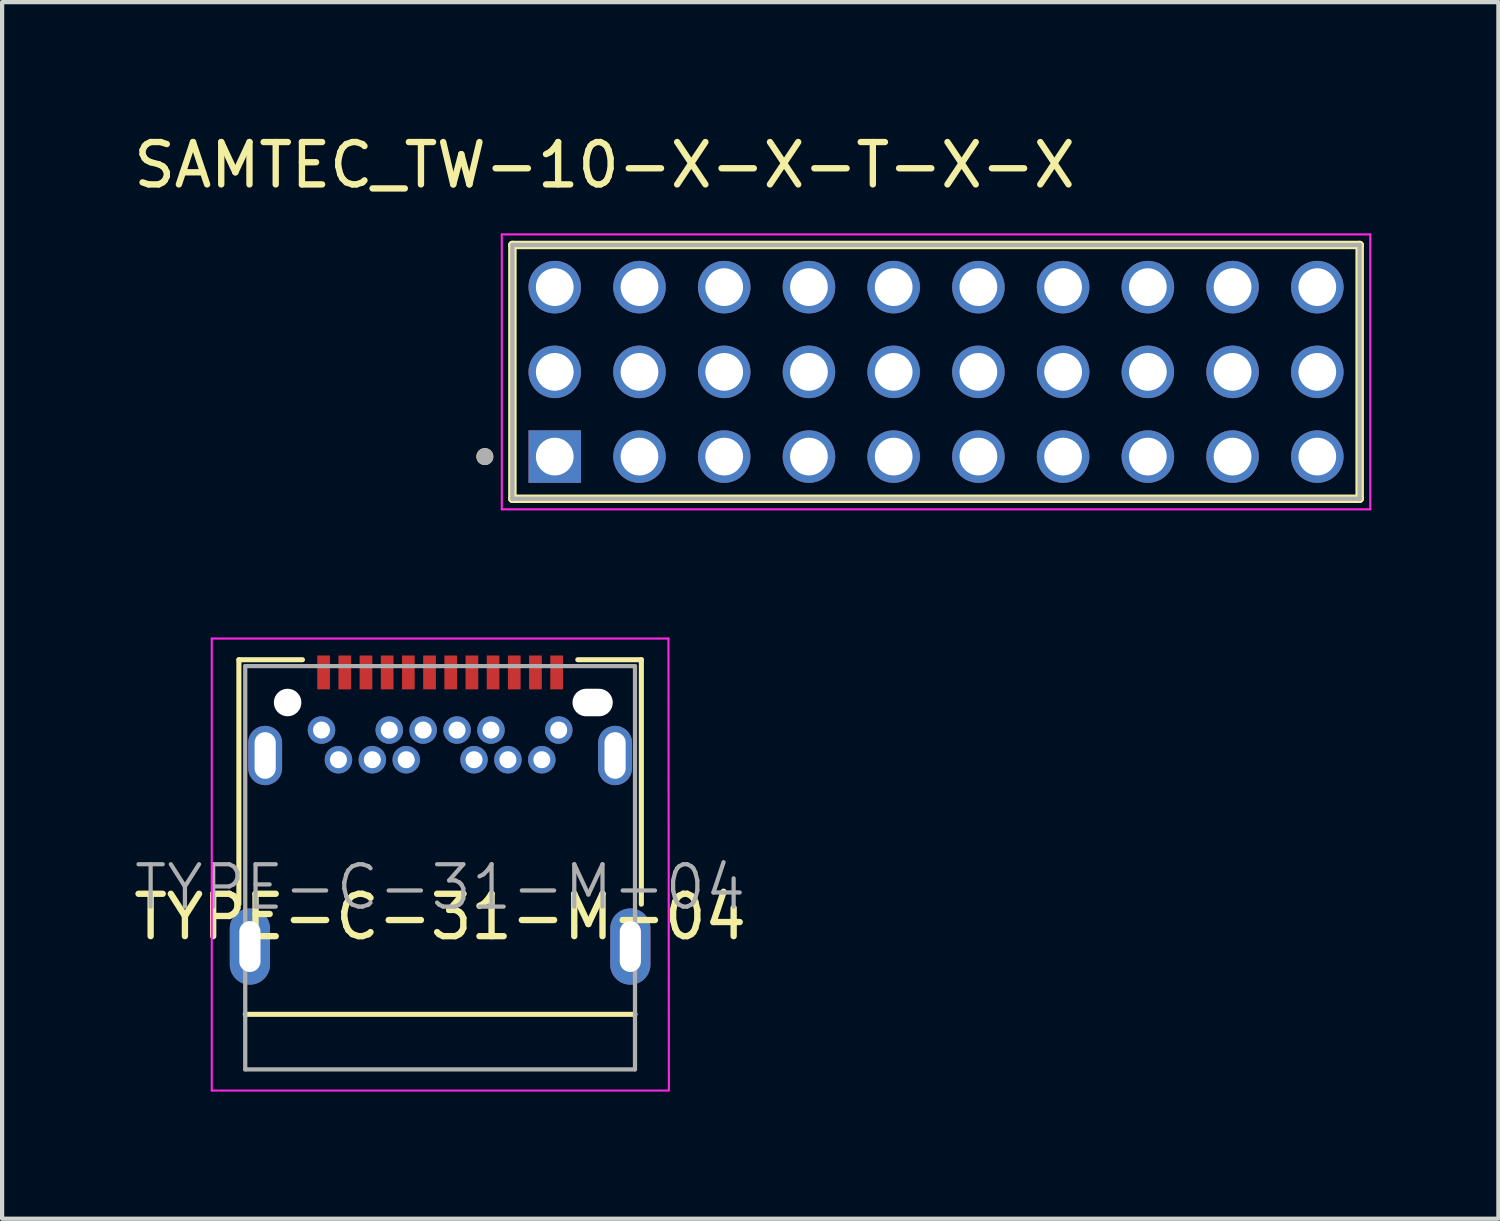
<source format=kicad_pcb>
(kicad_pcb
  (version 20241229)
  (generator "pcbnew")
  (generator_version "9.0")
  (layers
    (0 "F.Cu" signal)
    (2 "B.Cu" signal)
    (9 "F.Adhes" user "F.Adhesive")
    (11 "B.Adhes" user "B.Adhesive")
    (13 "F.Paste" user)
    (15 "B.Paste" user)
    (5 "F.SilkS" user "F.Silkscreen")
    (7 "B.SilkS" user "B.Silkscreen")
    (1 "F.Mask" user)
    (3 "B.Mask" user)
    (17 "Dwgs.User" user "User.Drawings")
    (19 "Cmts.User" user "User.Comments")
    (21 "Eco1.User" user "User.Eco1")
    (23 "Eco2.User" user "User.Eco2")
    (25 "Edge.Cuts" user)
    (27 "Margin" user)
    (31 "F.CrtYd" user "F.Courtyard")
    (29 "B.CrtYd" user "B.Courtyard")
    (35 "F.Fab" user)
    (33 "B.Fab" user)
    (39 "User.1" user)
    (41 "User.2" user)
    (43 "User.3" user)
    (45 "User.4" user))
  (footprint "TYPE-C-31-M-04"
    (layer "F.Cu")
    (at 7.339 17.893)
    (property "Reference" "TYPE-C-31-M-04" (at 0 0.7 180) (layer "F.SilkS") (effects (font (size 1 1) (thickness 0.15))))
    (attr smd)
    (fp_line (start -4.75 -5.37) (end -4.75 0.4) (stroke (width 0.12) (type solid)) (layer "F.SilkS"))
    (fp_line (start -4.75 -5.37) (end -3.25 -5.37) (stroke (width 0.12) (type solid)) (layer "F.SilkS"))
    (fp_line (start -4.6 3) (end 4.6 3) (stroke (width 0.12) (type solid)) (layer "F.SilkS"))
    (fp_line (start 3.25 -5.37) (end 4.75 -5.37) (stroke (width 0.12) (type solid)) (layer "F.SilkS"))
    (fp_line (start 4.75 -5.37) (end 4.75 0.4) (stroke (width 0.12) (type solid)) (layer "F.SilkS"))
    (fp_line (start -5.39 -5.87) (end 5.39 -5.87) (stroke (width 0.05) (type solid)) (layer "F.CrtYd"))
    (fp_line (start -5.39 4.8) (end -5.39 -5.87) (stroke (width 0.05) (type solid)) (layer "F.CrtYd"))
    (fp_line (start 5.39 -5.87) (end 5.4 4.8) (stroke (width 0.05) (type solid)) (layer "F.CrtYd"))
    (fp_line (start 5.39 4.8) (end -5.39 4.8) (stroke (width 0.05) (type solid)) (layer "F.CrtYd"))
    (fp_line (start -4.6 -5.22) (end 4.6 -5.22) (stroke (width 0.1) (type solid)) (layer "F.Fab"))
    (fp_line (start -4.6 4.3) (end -4.6 -5.22) (stroke (width 0.1) (type solid)) (layer "F.Fab"))
    (fp_line (start -4.6 4.3) (end 4.6 4.3) (stroke (width 0.1) (type solid)) (layer "F.Fab"))
    (fp_line (start 4.6 4.3) (end 4.6 -5.22) (stroke (width 0.1) (type solid)) (layer "F.Fab"))
    (fp_text user "${REFERENCE}" (at 0 0 180) (layer "F.Fab") (effects (font (size 1 1) (thickness 0.1))))
    (pad "" np_thru_hole circle (at -3.6 -4.36) (size 0.65 0.65) (drill 0.65) (layers "*.Cu" "*.Mask"))
    (pad "" np_thru_hole oval (at 3.6 -4.36) (size 0.95 0.65) (drill oval 0.95 0.65) (layers "*.Cu" "*.Mask"))
    (pad "31" thru_hole oval (at 4.49 1.4) (size 0.95 1.8) (drill oval 0.5 1.2) (layers "*.Cu" "*.Mask"))
    (pad "32" thru_hole oval (at 4.13 -3.11) (size 0.8 1.4) (drill oval 0.5 1.1) (layers "*.Cu" "*.Mask"))
    (pad "33" thru_hole oval (at -4.13 -3.11) (size 0.8 1.4) (drill oval 0.5 1.1) (layers "*.Cu" "*.Mask"))
    (pad "34" thru_hole oval (at -4.49 1.4) (size 0.95 1.8) (drill oval 0.5 1.2) (layers "*.Cu" "*.Mask"))
    (pad "A1" smd rect (at -2.75 -5.07) (size 0.3 0.8) (layers "F.Cu" "F.Mask" "F.Paste"))
    (pad "A2" smd rect (at -2.25 -5.07) (size 0.3 0.8) (layers "F.Cu" "F.Mask" "F.Paste"))
    (pad "A3" smd rect (at -1.75 -5.07) (size 0.3 0.8) (layers "F.Cu" "F.Mask" "F.Paste"))
    (pad "A4" smd rect (at -1.25 -5.07) (size 0.3 0.8) (layers "F.Cu" "F.Mask" "F.Paste"))
    (pad "A5" smd rect (at -0.75 -5.07) (size 0.3 0.8) (layers "F.Cu" "F.Mask" "F.Paste"))
    (pad "A6" smd rect (at -0.25 -5.07) (size 0.3 0.8) (layers "F.Cu" "F.Mask" "F.Paste"))
    (pad "A7" smd rect (at 0.25 -5.07) (size 0.3 0.8) (layers "F.Cu" "F.Mask" "F.Paste"))
    (pad "A8" smd rect (at 0.75 -5.07) (size 0.3 0.8) (layers "F.Cu" "F.Mask" "F.Paste"))
    (pad "A9" smd rect (at 1.25 -5.07) (size 0.3 0.8) (layers "F.Cu" "F.Mask" "F.Paste"))
    (pad "A10" smd rect (at 1.75 -5.07) (size 0.3 0.8) (layers "F.Cu" "F.Mask" "F.Paste"))
    (pad "A11" smd rect (at 2.25 -5.07) (size 0.3 0.8) (layers "F.Cu" "F.Mask" "F.Paste"))
    (pad "A12" smd rect (at 2.75 -5.07) (size 0.3 0.8) (layers "F.Cu" "F.Mask" "F.Paste"))
    (pad "B1" thru_hole circle (at 2.8 -3.71) (size 0.65 0.65) (drill 0.4) (layers "*.Cu" "*.Mask"))
    (pad "B2" thru_hole circle (at 2.4 -3.01) (size 0.65 0.65) (drill 0.4) (layers "*.Cu" "*.Mask"))
    (pad "B3" thru_hole circle (at 1.6 -3.01) (size 0.65 0.65) (drill 0.4) (layers "*.Cu" "*.Mask"))
    (pad "B4" thru_hole circle (at 1.2 -3.71) (size 0.65 0.65) (drill 0.4) (layers "*.Cu" "*.Mask"))
    (pad "B5" thru_hole circle (at 0.8 -3.01) (size 0.65 0.65) (drill 0.4) (layers "*.Cu" "*.Mask"))
    (pad "B6" thru_hole circle (at 0.4 -3.71) (size 0.65 0.65) (drill 0.4) (layers "*.Cu" "*.Mask"))
    (pad "B7" thru_hole circle (at -0.4 -3.71) (size 0.65 0.65) (drill 0.4) (layers "*.Cu" "*.Mask"))
    (pad "B8" thru_hole circle (at -0.8 -3.01) (size 0.65 0.65) (drill 0.4) (layers "*.Cu" "*.Mask"))
    (pad "B9" thru_hole circle (at -1.2 -3.71) (size 0.65 0.65) (drill 0.4) (layers "*.Cu" "*.Mask"))
    (pad "B10" thru_hole circle (at -1.6 -3.01) (size 0.65 0.65) (drill 0.4) (layers "*.Cu" "*.Mask"))
    (pad "B11" thru_hole circle (at -2.4 -3.01) (size 0.65 0.65) (drill 0.4) (layers "*.Cu" "*.Mask"))
    (pad "B12" thru_hole circle (at -2.8 -3.71) (size 0.65 0.65) (drill 0.4) (layers "*.Cu" "*.Mask")))
  (footprint "SAMTEC_TW-10-X-X-T-X-X"
    (layer "F.Cu")
    (at 10.045 7.728)
    (property "Reference" "SAMTEC_TW-10-X-X-T-X-X" (at 1.175 -6.88 0) (layer "F.SilkS") (effects (font (size 1 1) (thickness 0.15))))
    (attr through_hole)
    (fp_line (start -1 0.995) (end -1 -4.995) (stroke (width 0.2) (type solid)) (layer "F.SilkS"))
    (fp_line (start 19 -4.995) (end -1 -4.995) (stroke (width 0.2) (type solid)) (layer "F.SilkS"))
    (fp_line (start 19 -4.995) (end 19 0.995) (stroke (width 0.2) (type solid)) (layer "F.SilkS"))
    (fp_line (start 19 0.995) (end -1 0.995) (stroke (width 0.2) (type solid)) (layer "F.SilkS"))
    (fp_circle (center -1.65 0) (end -1.55 0) (stroke (width 0.2) (type solid)) (fill no) (layer "F.SilkS"))
    (fp_line (start -1.25 -5.245) (end 19.25 -5.245) (stroke (width 0.05) (type solid)) (layer "F.CrtYd"))
    (fp_line (start -1.25 1.245) (end -1.25 -5.245) (stroke (width 0.05) (type solid)) (layer "F.CrtYd"))
    (fp_line (start 19.25 -5.245) (end 19.25 1.245) (stroke (width 0.05) (type solid)) (layer "F.CrtYd"))
    (fp_line (start 19.25 1.245) (end -1.25 1.245) (stroke (width 0.05) (type solid)) (layer "F.CrtYd"))
    (fp_line (start -1 -4.995) (end 19 -4.995) (stroke (width 0.1) (type solid)) (layer "F.Fab"))
    (fp_line (start -1 0.995) (end -1 -4.995) (stroke (width 0.1) (type solid)) (layer "F.Fab"))
    (fp_line (start 19 -4.995) (end 19 0.995) (stroke (width 0.1) (type solid)) (layer "F.Fab"))
    (fp_line (start 19 0.995) (end -1 0.995) (stroke (width 0.1) (type solid)) (layer "F.Fab"))
    (fp_circle (center -1.65 0) (end -1.55 0) (stroke (width 0.2) (type solid)) (fill no) (layer "F.Fab"))
    (pad "01" thru_hole rect (at 0 0) (size 1.24 1.24) (drill 0.89) (layers "*.Cu" "*.Mask"))
    (pad "02" thru_hole circle (at 0 -2) (size 1.24 1.24) (drill 0.89) (layers "*.Cu" "*.Mask"))
    (pad "03" thru_hole circle (at 0 -4) (size 1.24 1.24) (drill 0.89) (layers "*.Cu" "*.Mask"))
    (pad "04" thru_hole circle (at 2 0) (size 1.24 1.24) (drill 0.89) (layers "*.Cu" "*.Mask"))
    (pad "05" thru_hole circle (at 2 -2) (size 1.24 1.24) (drill 0.89) (layers "*.Cu" "*.Mask"))
    (pad "06" thru_hole circle (at 2 -4) (size 1.24 1.24) (drill 0.89) (layers "*.Cu" "*.Mask"))
    (pad "07" thru_hole circle (at 4 0) (size 1.24 1.24) (drill 0.89) (layers "*.Cu" "*.Mask"))
    (pad "08" thru_hole circle (at 4 -2) (size 1.24 1.24) (drill 0.89) (layers "*.Cu" "*.Mask"))
    (pad "09" thru_hole circle (at 4 -4) (size 1.24 1.24) (drill 0.89) (layers "*.Cu" "*.Mask"))
    (pad "10" thru_hole circle (at 6 0) (size 1.24 1.24) (drill 0.89) (layers "*.Cu" "*.Mask"))
    (pad "11" thru_hole circle (at 6 -2) (size 1.24 1.24) (drill 0.89) (layers "*.Cu" "*.Mask"))
    (pad "12" thru_hole circle (at 6 -4) (size 1.24 1.24) (drill 0.89) (layers "*.Cu" "*.Mask"))
    (pad "13" thru_hole circle (at 8 0) (size 1.24 1.24) (drill 0.89) (layers "*.Cu" "*.Mask"))
    (pad "14" thru_hole circle (at 8 -2) (size 1.24 1.24) (drill 0.89) (layers "*.Cu" "*.Mask"))
    (pad "15" thru_hole circle (at 8 -4) (size 1.24 1.24) (drill 0.89) (layers "*.Cu" "*.Mask"))
    (pad "16" thru_hole circle (at 10 0) (size 1.24 1.24) (drill 0.89) (layers "*.Cu" "*.Mask"))
    (pad "17" thru_hole circle (at 10 -2) (size 1.24 1.24) (drill 0.89) (layers "*.Cu" "*.Mask"))
    (pad "18" thru_hole circle (at 10 -4) (size 1.24 1.24) (drill 0.89) (layers "*.Cu" "*.Mask"))
    (pad "19" thru_hole circle (at 12 0) (size 1.24 1.24) (drill 0.89) (layers "*.Cu" "*.Mask"))
    (pad "20" thru_hole circle (at 12 -2) (size 1.24 1.24) (drill 0.89) (layers "*.Cu" "*.Mask"))
    (pad "21" thru_hole circle (at 12 -4) (size 1.24 1.24) (drill 0.89) (layers "*.Cu" "*.Mask"))
    (pad "22" thru_hole circle (at 14 0) (size 1.24 1.24) (drill 0.89) (layers "*.Cu" "*.Mask"))
    (pad "23" thru_hole circle (at 14 -2) (size 1.24 1.24) (drill 0.89) (layers "*.Cu" "*.Mask"))
    (pad "24" thru_hole circle (at 14 -4) (size 1.24 1.24) (drill 0.89) (layers "*.Cu" "*.Mask"))
    (pad "25" thru_hole circle (at 16 0) (size 1.24 1.24) (drill 0.89) (layers "*.Cu" "*.Mask"))
    (pad "26" thru_hole circle (at 16 -2) (size 1.24 1.24) (drill 0.89) (layers "*.Cu" "*.Mask"))
    (pad "27" thru_hole circle (at 16 -4) (size 1.24 1.24) (drill 0.89) (layers "*.Cu" "*.Mask"))
    (pad "28" thru_hole circle (at 18 0) (size 1.24 1.24) (drill 0.89) (layers "*.Cu" "*.Mask"))
    (pad "29" thru_hole circle (at 18 -2) (size 1.24 1.24) (drill 0.89) (layers "*.Cu" "*.Mask"))
    (pad "30" thru_hole circle (at 18 -4) (size 1.24 1.24) (drill 0.89) (layers "*.Cu" "*.Mask")))
  (gr_rect
    (start -3 -3)
    (end 32.32 25.718)
    (stroke (width 0.1) (type default))
    (fill no)
    (layer "Edge.Cuts")))
</source>
